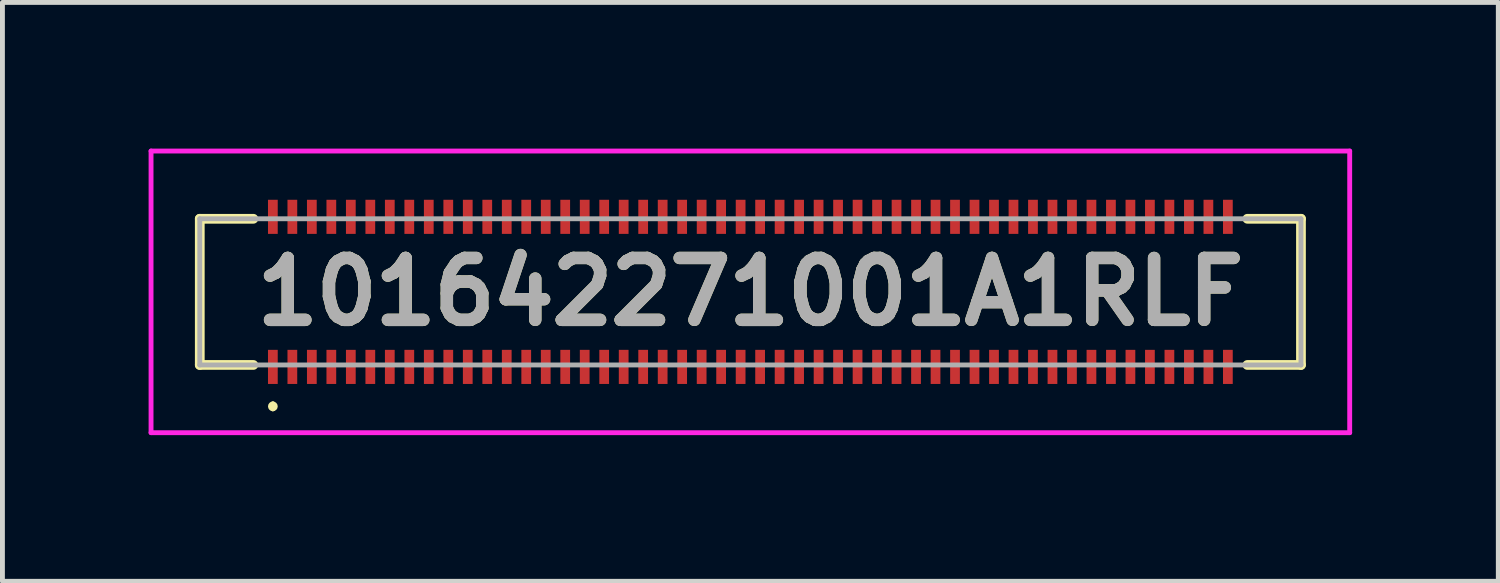
<source format=kicad_pcb>
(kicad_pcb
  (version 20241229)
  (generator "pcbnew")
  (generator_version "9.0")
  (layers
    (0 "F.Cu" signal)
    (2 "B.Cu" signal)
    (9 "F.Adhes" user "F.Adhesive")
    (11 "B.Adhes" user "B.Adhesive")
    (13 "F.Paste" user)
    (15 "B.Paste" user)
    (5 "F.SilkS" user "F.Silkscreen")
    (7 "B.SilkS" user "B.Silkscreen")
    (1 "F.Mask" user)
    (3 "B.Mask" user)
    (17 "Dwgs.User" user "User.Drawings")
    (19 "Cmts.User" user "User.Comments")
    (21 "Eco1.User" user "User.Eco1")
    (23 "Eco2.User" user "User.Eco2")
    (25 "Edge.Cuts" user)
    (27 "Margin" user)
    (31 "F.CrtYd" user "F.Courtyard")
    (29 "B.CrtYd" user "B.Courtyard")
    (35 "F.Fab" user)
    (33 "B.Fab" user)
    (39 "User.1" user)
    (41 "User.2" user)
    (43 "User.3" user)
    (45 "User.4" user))
  (footprint "101642271001A1RLF"
    (layer "F.Cu")
    (at 12.35 2.94)
    (property "Reference" "101642271001A1RLF" (at 0 0 0) (layer "F.SilkS") (effects (font (size 1.27 1.27) (thickness 0.254))))
    (attr smd)
    (fp_line (start -11.3 -1.5) (end -11.3 1.5) (stroke (width 0.2) (type solid)) (layer "F.SilkS"))
    (fp_line (start -11.3 1.5) (end -10.2 1.5) (stroke (width 0.2) (type solid)) (layer "F.SilkS"))
    (fp_line (start -10.2 -1.5) (end -11.3 -1.5) (stroke (width 0.2) (type solid)) (layer "F.SilkS"))
    (fp_line (start -9.8 2.3) (end -9.8 2.3) (stroke (width 0.1) (type solid)) (layer "F.SilkS"))
    (fp_line (start -9.8 2.4) (end -9.8 2.4) (stroke (width 0.1) (type solid)) (layer "F.SilkS"))
    (fp_line (start 10.2 1.5) (end 11.3 1.5) (stroke (width 0.2) (type solid)) (layer "F.SilkS"))
    (fp_line (start 11.3 -1.5) (end 10.2 -1.5) (stroke (width 0.2) (type solid)) (layer "F.SilkS"))
    (fp_line (start 11.3 1.5) (end 11.3 -1.5) (stroke (width 0.2) (type solid)) (layer "F.SilkS"))
    (fp_arc (start -9.8 2.3) (mid -9.75 2.35) (end -9.8 2.4) (stroke (width 0.1) (type solid)) (layer "F.SilkS"))
    (fp_arc (start -9.8 2.4) (mid -9.85 2.35) (end -9.8 2.3) (stroke (width 0.1) (type solid)) (layer "F.SilkS"))
    (fp_line (start -12.3 -2.89) (end 12.3 -2.89) (stroke (width 0.1) (type solid)) (layer "F.CrtYd"))
    (fp_line (start -12.3 2.89) (end -12.3 -2.89) (stroke (width 0.1) (type solid)) (layer "F.CrtYd"))
    (fp_line (start 12.3 -2.89) (end 12.3 2.89) (stroke (width 0.1) (type solid)) (layer "F.CrtYd"))
    (fp_line (start 12.3 2.89) (end -12.3 2.89) (stroke (width 0.1) (type solid)) (layer "F.CrtYd"))
    (fp_line (start -11.3 -1.5) (end 11.3 -1.5) (stroke (width 0.1) (type solid)) (layer "F.Fab"))
    (fp_line (start -11.3 1.5) (end -11.3 -1.5) (stroke (width 0.1) (type solid)) (layer "F.Fab"))
    (fp_line (start 11.3 -1.5) (end 11.3 1.5) (stroke (width 0.1) (type solid)) (layer "F.Fab"))
    (fp_line (start 11.3 1.5) (end -11.3 1.5) (stroke (width 0.1) (type solid)) (layer "F.Fab"))
    (fp_text user "${REFERENCE}" (at 0 0 0) (layer "F.Fab") (effects (font (size 1.27 1.27) (thickness 0.254))))
    (pad "1" smd rect (at -9.8 1.54) (size 0.2 0.7) (layers "F.Cu" "F.Mask" "F.Paste"))
    (pad "2" smd rect (at -9.8 -1.54) (size 0.2 0.7) (layers "F.Cu" "F.Mask" "F.Paste"))
    (pad "3" smd rect (at -9.4 1.54) (size 0.2 0.7) (layers "F.Cu" "F.Mask" "F.Paste"))
    (pad "4" smd rect (at -9.4 -1.54) (size 0.2 0.7) (layers "F.Cu" "F.Mask" "F.Paste"))
    (pad "5" smd rect (at -9 1.54) (size 0.2 0.7) (layers "F.Cu" "F.Mask" "F.Paste"))
    (pad "6" smd rect (at -9 -1.54) (size 0.2 0.7) (layers "F.Cu" "F.Mask" "F.Paste"))
    (pad "7" smd rect (at -8.6 1.54) (size 0.2 0.7) (layers "F.Cu" "F.Mask" "F.Paste"))
    (pad "8" smd rect (at -8.6 -1.54) (size 0.2 0.7) (layers "F.Cu" "F.Mask" "F.Paste"))
    (pad "9" smd rect (at -8.2 1.54) (size 0.2 0.7) (layers "F.Cu" "F.Mask" "F.Paste"))
    (pad "10" smd rect (at -8.2 -1.54) (size 0.2 0.7) (layers "F.Cu" "F.Mask" "F.Paste"))
    (pad "11" smd rect (at -7.8 1.54) (size 0.2 0.7) (layers "F.Cu" "F.Mask" "F.Paste"))
    (pad "12" smd rect (at -7.8 -1.54) (size 0.2 0.7) (layers "F.Cu" "F.Mask" "F.Paste"))
    (pad "13" smd rect (at -7.4 1.54) (size 0.2 0.7) (layers "F.Cu" "F.Mask" "F.Paste"))
    (pad "14" smd rect (at -7.4 -1.54) (size 0.2 0.7) (layers "F.Cu" "F.Mask" "F.Paste"))
    (pad "15" smd rect (at -7 1.54) (size 0.2 0.7) (layers "F.Cu" "F.Mask" "F.Paste"))
    (pad "16" smd rect (at -7 -1.54) (size 0.2 0.7) (layers "F.Cu" "F.Mask" "F.Paste"))
    (pad "17" smd rect (at -6.6 1.54) (size 0.2 0.7) (layers "F.Cu" "F.Mask" "F.Paste"))
    (pad "18" smd rect (at -6.6 -1.54) (size 0.2 0.7) (layers "F.Cu" "F.Mask" "F.Paste"))
    (pad "19" smd rect (at -6.2 1.54) (size 0.2 0.7) (layers "F.Cu" "F.Mask" "F.Paste"))
    (pad "20" smd rect (at -6.2 -1.54) (size 0.2 0.7) (layers "F.Cu" "F.Mask" "F.Paste"))
    (pad "21" smd rect (at -5.8 1.54) (size 0.2 0.7) (layers "F.Cu" "F.Mask" "F.Paste"))
    (pad "22" smd rect (at -5.8 -1.54) (size 0.2 0.7) (layers "F.Cu" "F.Mask" "F.Paste"))
    (pad "23" smd rect (at -5.4 1.54) (size 0.2 0.7) (layers "F.Cu" "F.Mask" "F.Paste"))
    (pad "24" smd rect (at -5.4 -1.54) (size 0.2 0.7) (layers "F.Cu" "F.Mask" "F.Paste"))
    (pad "25" smd rect (at -5 1.54) (size 0.2 0.7) (layers "F.Cu" "F.Mask" "F.Paste"))
    (pad "26" smd rect (at -5 -1.54) (size 0.2 0.7) (layers "F.Cu" "F.Mask" "F.Paste"))
    (pad "27" smd rect (at -4.6 1.54) (size 0.2 0.7) (layers "F.Cu" "F.Mask" "F.Paste"))
    (pad "28" smd rect (at -4.6 -1.54) (size 0.2 0.7) (layers "F.Cu" "F.Mask" "F.Paste"))
    (pad "29" smd rect (at -4.2 1.54) (size 0.2 0.7) (layers "F.Cu" "F.Mask" "F.Paste"))
    (pad "30" smd rect (at -4.2 -1.54) (size 0.2 0.7) (layers "F.Cu" "F.Mask" "F.Paste"))
    (pad "31" smd rect (at -3.8 1.54) (size 0.2 0.7) (layers "F.Cu" "F.Mask" "F.Paste"))
    (pad "32" smd rect (at -3.8 -1.54) (size 0.2 0.7) (layers "F.Cu" "F.Mask" "F.Paste"))
    (pad "33" smd rect (at -3.4 1.54) (size 0.2 0.7) (layers "F.Cu" "F.Mask" "F.Paste"))
    (pad "34" smd rect (at -3.4 -1.54) (size 0.2 0.7) (layers "F.Cu" "F.Mask" "F.Paste"))
    (pad "35" smd rect (at -3 1.54) (size 0.2 0.7) (layers "F.Cu" "F.Mask" "F.Paste"))
    (pad "36" smd rect (at -3 -1.54) (size 0.2 0.7) (layers "F.Cu" "F.Mask" "F.Paste"))
    (pad "37" smd rect (at -2.6 1.54) (size 0.2 0.7) (layers "F.Cu" "F.Mask" "F.Paste"))
    (pad "38" smd rect (at -2.6 -1.54) (size 0.2 0.7) (layers "F.Cu" "F.Mask" "F.Paste"))
    (pad "39" smd rect (at -2.2 1.54) (size 0.2 0.7) (layers "F.Cu" "F.Mask" "F.Paste"))
    (pad "40" smd rect (at -2.2 -1.54) (size 0.2 0.7) (layers "F.Cu" "F.Mask" "F.Paste"))
    (pad "41" smd rect (at -1.8 1.54) (size 0.2 0.7) (layers "F.Cu" "F.Mask" "F.Paste"))
    (pad "42" smd rect (at -1.8 -1.54) (size 0.2 0.7) (layers "F.Cu" "F.Mask" "F.Paste"))
    (pad "43" smd rect (at -1.4 1.54) (size 0.2 0.7) (layers "F.Cu" "F.Mask" "F.Paste"))
    (pad "44" smd rect (at -1.4 -1.54) (size 0.2 0.7) (layers "F.Cu" "F.Mask" "F.Paste"))
    (pad "45" smd rect (at -1 1.54) (size 0.2 0.7) (layers "F.Cu" "F.Mask" "F.Paste"))
    (pad "46" smd rect (at -1 -1.54) (size 0.2 0.7) (layers "F.Cu" "F.Mask" "F.Paste"))
    (pad "47" smd rect (at -0.6 1.54) (size 0.2 0.7) (layers "F.Cu" "F.Mask" "F.Paste"))
    (pad "48" smd rect (at -0.6 -1.54) (size 0.2 0.7) (layers "F.Cu" "F.Mask" "F.Paste"))
    (pad "49" smd rect (at -0.2 1.54) (size 0.2 0.7) (layers "F.Cu" "F.Mask" "F.Paste"))
    (pad "50" smd rect (at -0.2 -1.54) (size 0.2 0.7) (layers "F.Cu" "F.Mask" "F.Paste"))
    (pad "51" smd rect (at 0.2 1.54) (size 0.2 0.7) (layers "F.Cu" "F.Mask" "F.Paste"))
    (pad "52" smd rect (at 0.2 -1.54) (size 0.2 0.7) (layers "F.Cu" "F.Mask" "F.Paste"))
    (pad "53" smd rect (at 0.6 1.54) (size 0.2 0.7) (layers "F.Cu" "F.Mask" "F.Paste"))
    (pad "54" smd rect (at 0.6 -1.54) (size 0.2 0.7) (layers "F.Cu" "F.Mask" "F.Paste"))
    (pad "55" smd rect (at 1 1.54) (size 0.2 0.7) (layers "F.Cu" "F.Mask" "F.Paste"))
    (pad "56" smd rect (at 1 -1.54) (size 0.2 0.7) (layers "F.Cu" "F.Mask" "F.Paste"))
    (pad "57" smd rect (at 1.4 1.54) (size 0.2 0.7) (layers "F.Cu" "F.Mask" "F.Paste"))
    (pad "58" smd rect (at 1.4 -1.54) (size 0.2 0.7) (layers "F.Cu" "F.Mask" "F.Paste"))
    (pad "59" smd rect (at 1.8 1.54) (size 0.2 0.7) (layers "F.Cu" "F.Mask" "F.Paste"))
    (pad "60" smd rect (at 1.8 -1.54) (size 0.2 0.7) (layers "F.Cu" "F.Mask" "F.Paste"))
    (pad "61" smd rect (at 2.2 1.54) (size 0.2 0.7) (layers "F.Cu" "F.Mask" "F.Paste"))
    (pad "62" smd rect (at 2.2 -1.54) (size 0.2 0.7) (layers "F.Cu" "F.Mask" "F.Paste"))
    (pad "63" smd rect (at 2.6 1.54) (size 0.2 0.7) (layers "F.Cu" "F.Mask" "F.Paste"))
    (pad "64" smd rect (at 2.6 -1.54) (size 0.2 0.7) (layers "F.Cu" "F.Mask" "F.Paste"))
    (pad "65" smd rect (at 3 1.54) (size 0.2 0.7) (layers "F.Cu" "F.Mask" "F.Paste"))
    (pad "66" smd rect (at 3 -1.54) (size 0.2 0.7) (layers "F.Cu" "F.Mask" "F.Paste"))
    (pad "67" smd rect (at 3.4 1.54) (size 0.2 0.7) (layers "F.Cu" "F.Mask" "F.Paste"))
    (pad "68" smd rect (at 3.4 -1.54) (size 0.2 0.7) (layers "F.Cu" "F.Mask" "F.Paste"))
    (pad "69" smd rect (at 3.8 1.54) (size 0.2 0.7) (layers "F.Cu" "F.Mask" "F.Paste"))
    (pad "70" smd rect (at 3.8 -1.54) (size 0.2 0.7) (layers "F.Cu" "F.Mask" "F.Paste"))
    (pad "71" smd rect (at 4.2 1.54) (size 0.2 0.7) (layers "F.Cu" "F.Mask" "F.Paste"))
    (pad "72" smd rect (at 4.2 -1.54) (size 0.2 0.7) (layers "F.Cu" "F.Mask" "F.Paste"))
    (pad "73" smd rect (at 4.6 1.54) (size 0.2 0.7) (layers "F.Cu" "F.Mask" "F.Paste"))
    (pad "74" smd rect (at 4.6 -1.54) (size 0.2 0.7) (layers "F.Cu" "F.Mask" "F.Paste"))
    (pad "75" smd rect (at 5 1.54) (size 0.2 0.7) (layers "F.Cu" "F.Mask" "F.Paste"))
    (pad "76" smd rect (at 5 -1.54) (size 0.2 0.7) (layers "F.Cu" "F.Mask" "F.Paste"))
    (pad "77" smd rect (at 5.4 1.54) (size 0.2 0.7) (layers "F.Cu" "F.Mask" "F.Paste"))
    (pad "78" smd rect (at 5.4 -1.54) (size 0.2 0.7) (layers "F.Cu" "F.Mask" "F.Paste"))
    (pad "79" smd rect (at 5.8 1.54) (size 0.2 0.7) (layers "F.Cu" "F.Mask" "F.Paste"))
    (pad "80" smd rect (at 5.8 -1.54) (size 0.2 0.7) (layers "F.Cu" "F.Mask" "F.Paste"))
    (pad "81" smd rect (at 6.2 1.54) (size 0.2 0.7) (layers "F.Cu" "F.Mask" "F.Paste"))
    (pad "82" smd rect (at 6.2 -1.54) (size 0.2 0.7) (layers "F.Cu" "F.Mask" "F.Paste"))
    (pad "83" smd rect (at 6.6 1.54) (size 0.2 0.7) (layers "F.Cu" "F.Mask" "F.Paste"))
    (pad "84" smd rect (at 6.6 -1.54) (size 0.2 0.7) (layers "F.Cu" "F.Mask" "F.Paste"))
    (pad "85" smd rect (at 7 1.54) (size 0.2 0.7) (layers "F.Cu" "F.Mask" "F.Paste"))
    (pad "86" smd rect (at 7 -1.54) (size 0.2 0.7) (layers "F.Cu" "F.Mask" "F.Paste"))
    (pad "87" smd rect (at 7.4 1.54) (size 0.2 0.7) (layers "F.Cu" "F.Mask" "F.Paste"))
    (pad "88" smd rect (at 7.4 -1.54) (size 0.2 0.7) (layers "F.Cu" "F.Mask" "F.Paste"))
    (pad "89" smd rect (at 7.8 1.54) (size 0.2 0.7) (layers "F.Cu" "F.Mask" "F.Paste"))
    (pad "90" smd rect (at 7.8 -1.54) (size 0.2 0.7) (layers "F.Cu" "F.Mask" "F.Paste"))
    (pad "91" smd rect (at 8.2 1.54) (size 0.2 0.7) (layers "F.Cu" "F.Mask" "F.Paste"))
    (pad "92" smd rect (at 8.2 -1.54) (size 0.2 0.7) (layers "F.Cu" "F.Mask" "F.Paste"))
    (pad "93" smd rect (at 8.6 1.54) (size 0.2 0.7) (layers "F.Cu" "F.Mask" "F.Paste"))
    (pad "94" smd rect (at 8.6 -1.54) (size 0.2 0.7) (layers "F.Cu" "F.Mask" "F.Paste"))
    (pad "95" smd rect (at 9 1.54) (size 0.2 0.7) (layers "F.Cu" "F.Mask" "F.Paste"))
    (pad "96" smd rect (at 9 -1.54) (size 0.2 0.7) (layers "F.Cu" "F.Mask" "F.Paste"))
    (pad "97" smd rect (at 9.4 1.54) (size 0.2 0.7) (layers "F.Cu" "F.Mask" "F.Paste"))
    (pad "98" smd rect (at 9.4 -1.54) (size 0.2 0.7) (layers "F.Cu" "F.Mask" "F.Paste"))
    (pad "99" smd rect (at 9.8 1.54) (size 0.2 0.7) (layers "F.Cu" "F.Mask" "F.Paste"))
    (pad "100" smd rect (at 9.8 -1.54) (size 0.2 0.7) (layers "F.Cu" "F.Mask" "F.Paste")))
  (gr_rect
    (start -3 -3)
    (end 27.7 8.88)
    (stroke (width 0.1) (type default))
    (fill no)
    (layer "Edge.Cuts")))
</source>
